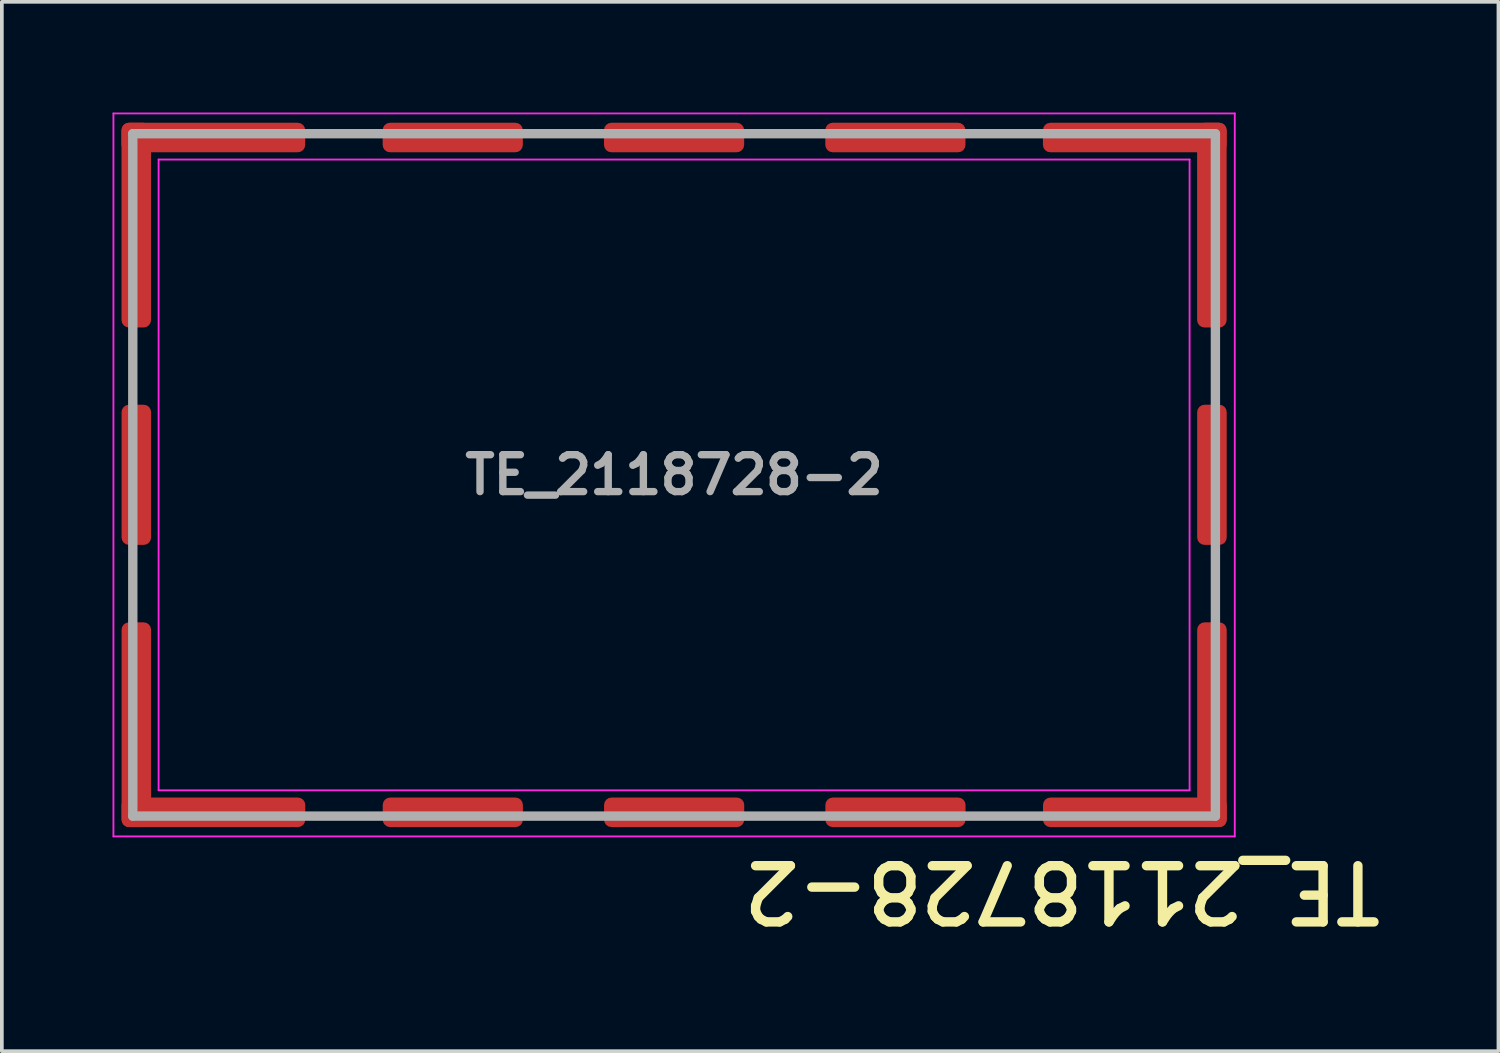
<source format=kicad_pcb>
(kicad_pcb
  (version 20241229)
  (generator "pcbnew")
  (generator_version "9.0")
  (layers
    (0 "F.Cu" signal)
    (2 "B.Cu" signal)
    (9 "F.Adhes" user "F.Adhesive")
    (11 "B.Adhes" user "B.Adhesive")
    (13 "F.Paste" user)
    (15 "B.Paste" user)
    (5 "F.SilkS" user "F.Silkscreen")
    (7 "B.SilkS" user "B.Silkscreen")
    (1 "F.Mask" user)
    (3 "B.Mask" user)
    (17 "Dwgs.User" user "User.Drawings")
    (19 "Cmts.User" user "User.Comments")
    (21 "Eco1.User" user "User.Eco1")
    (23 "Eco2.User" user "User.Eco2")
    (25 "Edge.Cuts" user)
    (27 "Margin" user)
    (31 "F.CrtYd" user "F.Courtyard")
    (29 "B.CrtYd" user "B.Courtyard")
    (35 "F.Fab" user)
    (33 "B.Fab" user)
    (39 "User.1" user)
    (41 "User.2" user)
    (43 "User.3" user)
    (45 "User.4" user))
  (footprint "TE_2118728-2"
    (layer "F.Cu")
    (at 15.225 9.825)
    (property "Reference" "TE_2118728-2" (at 10.519 11.286 180) (unlocked yes) (layer "F.SilkS") (effects (font (size 1.524 1.524) (thickness 0.254))))
    (attr smd)
    (fp_line (start -15.2 -9.8) (end -15.2 9.8) (stroke (width 0.05) (type solid)) (layer "F.CrtYd"))
    (fp_line (start -13.975 -8.55) (end -13.975 8.55) (stroke (width 0.05) (type solid)) (layer "F.CrtYd"))
    (fp_line (start 13.975 -8.55) (end -13.975 -8.55) (stroke (width 0.05) (type solid)) (layer "F.CrtYd"))
    (fp_line (start 13.975 -8.55) (end 13.975 8.55) (stroke (width 0.05) (type solid)) (layer "F.CrtYd"))
    (fp_line (start 13.975 8.55) (end -13.975 8.55) (stroke (width 0.05) (type solid)) (layer "F.CrtYd"))
    (fp_line (start 15.2 -9.8) (end -15.2 -9.8) (stroke (width 0.05) (type solid)) (layer "F.CrtYd"))
    (fp_line (start 15.2 -9.8) (end 15.2 9.8) (stroke (width 0.05) (type solid)) (layer "F.CrtYd"))
    (fp_line (start 15.2 9.8) (end -15.2 9.8) (stroke (width 0.05) (type solid)) (layer "F.CrtYd"))
    (fp_line (start -14.675 -9.25) (end -14.675 9.25) (stroke (width 0.254) (type solid)) (layer "F.Fab"))
    (fp_line (start 14.675 -9.25) (end -14.675 -9.25) (stroke (width 0.254) (type solid)) (layer "F.Fab"))
    (fp_line (start 14.675 -9.25) (end 14.675 9.25) (stroke (width 0.254) (type solid)) (layer "F.Fab"))
    (fp_line (start 14.675 9.25) (end -14.675 9.25) (stroke (width 0.254) (type solid)) (layer "F.Fab"))
    (fp_text user "${REFERENCE}" (at 0 0 0) (unlocked yes) (layer "F.Fab") (effects (font (size 1 1) (thickness 0.2) (bold yes))))
    (pad "1" smd roundrect (at -14.581 -6.772) (size 0.8 5.55) (layers "F.Cu" "F.Mask" "F.Paste") (roundrect_rratio 0.25))
    (pad "1" smd roundrect (at -14.579 -0.003 180) (size 0.8 3.8) (layers "F.Cu" "F.Mask" "F.Paste") (roundrect_rratio 0.25))
    (pad "1" smd roundrect (at -14.579 6.772) (size 0.8 5.55) (layers "F.Cu" "F.Mask" "F.Paste") (roundrect_rratio 0.25))
    (pad "1" smd roundrect (at -12.491 -9.147 270) (size 0.8 4.98) (layers "F.Cu" "F.Mask" "F.Paste") (roundrect_rratio 0.25))
    (pad "1" smd roundrect (at -12.489 9.147 90) (size 0.8 4.98) (layers "F.Cu" "F.Mask" "F.Paste") (roundrect_rratio 0.25))
    (pad "1" smd roundrect (at -6.001 -9.147 270) (size 0.8 3.8) (layers "F.Cu" "F.Mask" "F.Paste") (roundrect_rratio 0.25))
    (pad "1" smd roundrect (at -5.999 9.147 90) (size 0.8 3.8) (layers "F.Cu" "F.Mask" "F.Paste") (roundrect_rratio 0.25))
    (pad "1" smd roundrect (at -0.001 -9.147 270) (size 0.8 3.8) (layers "F.Cu" "F.Mask" "F.Paste") (roundrect_rratio 0.25))
    (pad "1" smd roundrect (at 0.001 9.147 90) (size 0.8 3.8) (layers "F.Cu" "F.Mask" "F.Paste") (roundrect_rratio 0.25))
    (pad "1" smd roundrect (at 5.999 -9.147 270) (size 0.8 3.8) (layers "F.Cu" "F.Mask" "F.Paste") (roundrect_rratio 0.25))
    (pad "1" smd roundrect (at 6.001 9.147 90) (size 0.8 3.8) (layers "F.Cu" "F.Mask" "F.Paste") (roundrect_rratio 0.25))
    (pad "1" smd roundrect (at 12.489 -9.147 270) (size 0.8 4.98) (layers "F.Cu" "F.Mask" "F.Paste") (roundrect_rratio 0.25))
    (pad "1" smd roundrect (at 12.491 9.147 90) (size 0.8 4.98) (layers "F.Cu" "F.Mask" "F.Paste") (roundrect_rratio 0.25))
    (pad "1" smd roundrect (at 14.579 -6.772 180) (size 0.8 5.55) (layers "F.Cu" "F.Mask" "F.Paste") (roundrect_rratio 0.25))
    (pad "1" smd roundrect (at 14.581 -0.003) (size 0.8 3.8) (layers "F.Cu" "F.Mask" "F.Paste") (roundrect_rratio 0.25))
    (pad "1" smd roundrect (at 14.581 6.772 180) (size 0.8 5.55) (layers "F.Cu" "F.Mask" "F.Paste") (roundrect_rratio 0.25)))
  (gr_rect
    (start -3 -3)
    (end 37.573 25.448)
    (stroke (width 0.1) (type default))
    (fill no)
    (layer "Edge.Cuts")))
</source>
